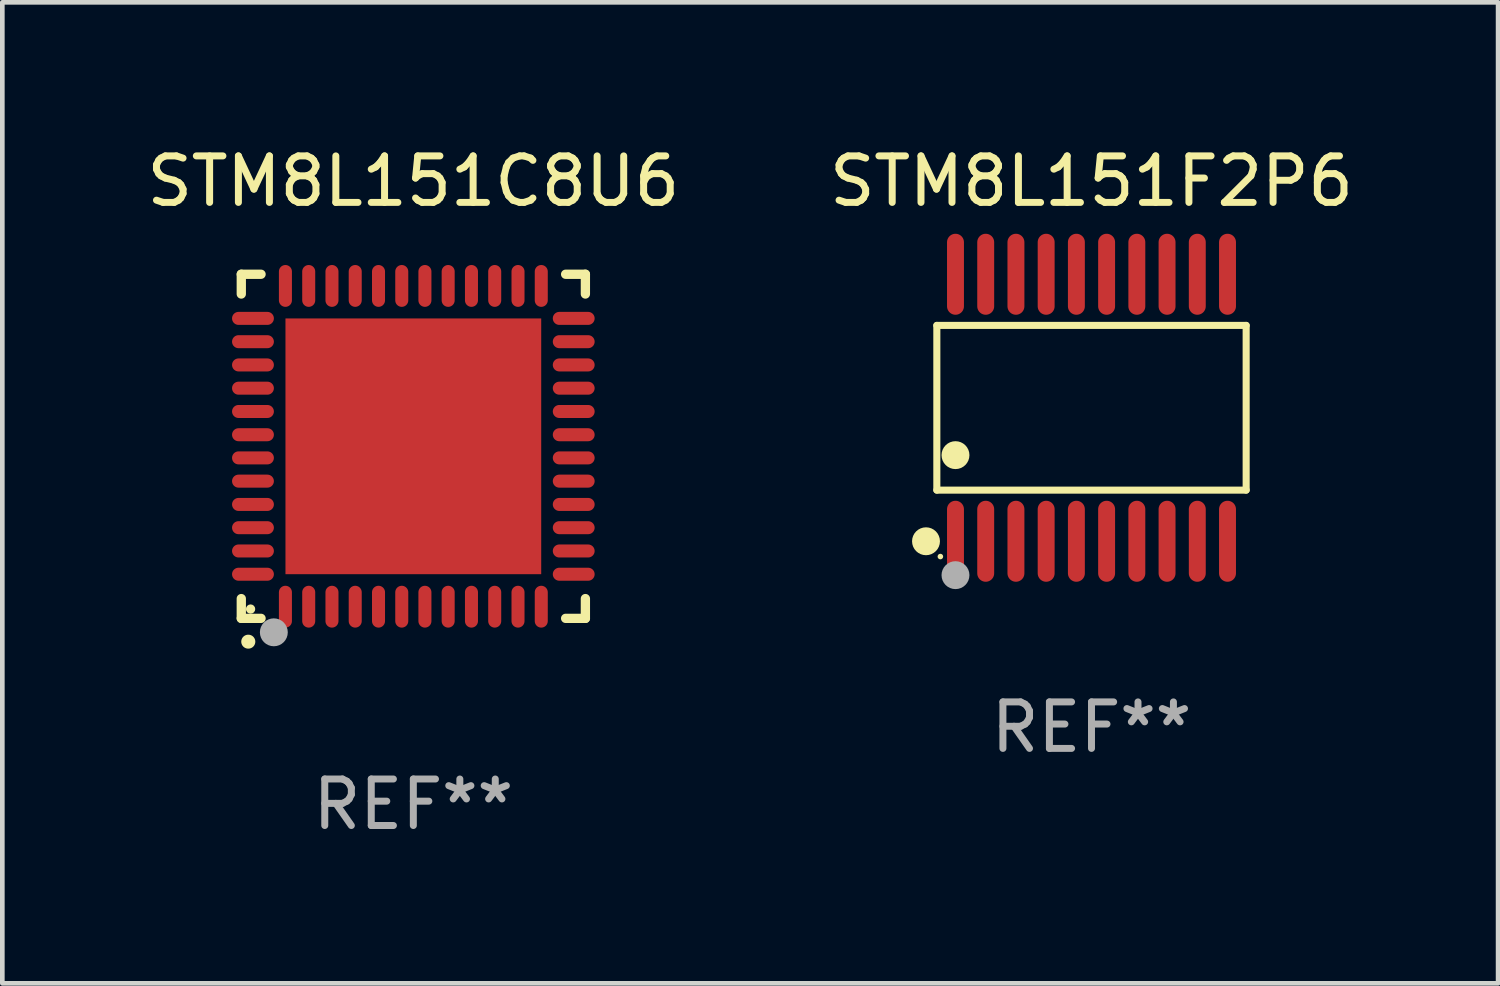
<source format=kicad_pcb>
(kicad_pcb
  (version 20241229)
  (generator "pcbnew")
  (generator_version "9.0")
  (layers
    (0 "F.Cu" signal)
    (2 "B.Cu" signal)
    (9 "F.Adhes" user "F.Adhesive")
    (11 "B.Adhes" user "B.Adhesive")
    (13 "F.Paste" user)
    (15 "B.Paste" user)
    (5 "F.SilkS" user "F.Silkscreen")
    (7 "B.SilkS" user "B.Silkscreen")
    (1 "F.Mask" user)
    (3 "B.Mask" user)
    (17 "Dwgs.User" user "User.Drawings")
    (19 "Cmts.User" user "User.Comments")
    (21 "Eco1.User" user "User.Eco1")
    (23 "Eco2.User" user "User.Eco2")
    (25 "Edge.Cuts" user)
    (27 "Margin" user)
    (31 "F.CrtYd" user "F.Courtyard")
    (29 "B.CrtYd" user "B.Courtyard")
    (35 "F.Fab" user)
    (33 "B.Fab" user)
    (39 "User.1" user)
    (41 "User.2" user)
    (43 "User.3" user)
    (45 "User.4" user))
  (footprint "STM8L151C8U6"
    (layer "F.Cu")
    (at 5.839 6.548)
    (property "Reference" "STM8L151C8U6" (at 0 -5.7 0) (layer "F.SilkS") (effects (font (size 1 1) (thickness 0.15))))
    (attr through_hole)
    (fp_line (start -3.7 -3.7) (end -3.275 -3.7) (stroke (width 0.2) (type solid)) (layer "F.SilkS"))
    (fp_line (start -3.7 -3.275) (end -3.7 -3.7) (stroke (width 0.2) (type solid)) (layer "F.SilkS"))
    (fp_line (start -3.7 3.7) (end -3.7 3.275) (stroke (width 0.2) (type solid)) (layer "F.SilkS"))
    (fp_line (start -3.275 3.7) (end -3.7 3.7) (stroke (width 0.2) (type solid)) (layer "F.SilkS"))
    (fp_line (start 3.7 -3.7) (end 3.275 -3.7) (stroke (width 0.2) (type solid)) (layer "F.SilkS"))
    (fp_line (start 3.7 -3.275) (end 3.7 -3.7) (stroke (width 0.2) (type solid)) (layer "F.SilkS"))
    (fp_line (start 3.7 3.275) (end 3.7 3.7) (stroke (width 0.2) (type solid)) (layer "F.SilkS"))
    (fp_line (start 3.7 3.7) (end 3.275 3.7) (stroke (width 0.2) (type solid)) (layer "F.SilkS"))
    (fp_arc (start -3.550927 4.201168) (mid -3.549657 4.201163) (end -3.548387 4.201168) (stroke (width 0.3) (type solid)) (layer "F.SilkS"))
    (fp_circle (center -3.5 3.5) (end -3.45 3.5) (stroke (width 0.1) (type solid)) (fill no) (layer "F.SilkS"))
    (fp_circle (center -3 4) (end -2.85 4) (stroke (width 0.3) (type solid)) (fill no) (layer "F.Fab"))
    (fp_text user "REF**" (at 0 7.7 0) (layer "F.Fab") (effects (font (size 1 1) (thickness 0.15))))
    (pad "1" smd oval (at -2.751 3.449) (size 0.28 0.9) (layers "F.Cu" "F.Mask" "F.Paste"))
    (pad "2" smd oval (at -2.25 3.449) (size 0.28 0.9) (layers "F.Cu" "F.Mask" "F.Paste"))
    (pad "3" smd oval (at -1.75 3.449) (size 0.28 0.9) (layers "F.Cu" "F.Mask" "F.Paste"))
    (pad "4" smd oval (at -1.25 3.449) (size 0.28 0.9) (layers "F.Cu" "F.Mask" "F.Paste"))
    (pad "5" smd oval (at -0.749 3.449) (size 0.28 0.9) (layers "F.Cu" "F.Mask" "F.Paste"))
    (pad "6" smd oval (at -0.249 3.449) (size 0.28 0.9) (layers "F.Cu" "F.Mask" "F.Paste"))
    (pad "7" smd oval (at 0.249 3.449) (size 0.28 0.9) (layers "F.Cu" "F.Mask" "F.Paste"))
    (pad "8" smd oval (at 0.749 3.449) (size 0.28 0.9) (layers "F.Cu" "F.Mask" "F.Paste"))
    (pad "9" smd oval (at 1.25 3.449) (size 0.28 0.9) (layers "F.Cu" "F.Mask" "F.Paste"))
    (pad "10" smd oval (at 1.75 3.449) (size 0.28 0.9) (layers "F.Cu" "F.Mask" "F.Paste"))
    (pad "11" smd oval (at 2.251 3.449) (size 0.28 0.9) (layers "F.Cu" "F.Mask" "F.Paste"))
    (pad "12" smd oval (at 2.751 3.449) (size 0.28 0.9) (layers "F.Cu" "F.Mask" "F.Paste"))
    (pad "13" smd oval (at 3.449 2.751) (size 0.9 0.28) (layers "F.Cu" "F.Mask" "F.Paste"))
    (pad "14" smd oval (at 3.449 2.251) (size 0.9 0.28) (layers "F.Cu" "F.Mask" "F.Paste"))
    (pad "15" smd oval (at 3.449 1.75) (size 0.9 0.28) (layers "F.Cu" "F.Mask" "F.Paste"))
    (pad "16" smd oval (at 3.449 1.25) (size 0.9 0.28) (layers "F.Cu" "F.Mask" "F.Paste"))
    (pad "17" smd oval (at 3.449 0.749) (size 0.9 0.28) (layers "F.Cu" "F.Mask" "F.Paste"))
    (pad "18" smd oval (at 3.449 0.249) (size 0.9 0.28) (layers "F.Cu" "F.Mask" "F.Paste"))
    (pad "19" smd oval (at 3.449 -0.249) (size 0.9 0.28) (layers "F.Cu" "F.Mask" "F.Paste"))
    (pad "20" smd oval (at 3.449 -0.749) (size 0.9 0.28) (layers "F.Cu" "F.Mask" "F.Paste"))
    (pad "21" smd oval (at 3.449 -1.25) (size 0.9 0.28) (layers "F.Cu" "F.Mask" "F.Paste"))
    (pad "22" smd oval (at 3.449 -1.75) (size 0.9 0.28) (layers "F.Cu" "F.Mask" "F.Paste"))
    (pad "23" smd oval (at 3.449 -2.25) (size 0.9 0.28) (layers "F.Cu" "F.Mask" "F.Paste"))
    (pad "24" smd oval (at 3.449 -2.751) (size 0.9 0.28) (layers "F.Cu" "F.Mask" "F.Paste"))
    (pad "25" smd oval (at 2.751 -3.449) (size 0.28 0.9) (layers "F.Cu" "F.Mask" "F.Paste"))
    (pad "26" smd oval (at 2.251 -3.449) (size 0.28 0.9) (layers "F.Cu" "F.Mask" "F.Paste"))
    (pad "27" smd oval (at 1.75 -3.449) (size 0.28 0.9) (layers "F.Cu" "F.Mask" "F.Paste"))
    (pad "28" smd oval (at 1.25 -3.449) (size 0.28 0.9) (layers "F.Cu" "F.Mask" "F.Paste"))
    (pad "29" smd oval (at 0.749 -3.449) (size 0.28 0.9) (layers "F.Cu" "F.Mask" "F.Paste"))
    (pad "30" smd oval (at 0.249 -3.449) (size 0.28 0.9) (layers "F.Cu" "F.Mask" "F.Paste"))
    (pad "31" smd oval (at -0.249 -3.449) (size 0.28 0.9) (layers "F.Cu" "F.Mask" "F.Paste"))
    (pad "32" smd oval (at -0.749 -3.449) (size 0.28 0.9) (layers "F.Cu" "F.Mask" "F.Paste"))
    (pad "33" smd oval (at -1.25 -3.449) (size 0.28 0.9) (layers "F.Cu" "F.Mask" "F.Paste"))
    (pad "34" smd oval (at -1.75 -3.449) (size 0.28 0.9) (layers "F.Cu" "F.Mask" "F.Paste"))
    (pad "35" smd oval (at -2.25 -3.449) (size 0.28 0.9) (layers "F.Cu" "F.Mask" "F.Paste"))
    (pad "36" smd oval (at -2.751 -3.449) (size 0.28 0.9) (layers "F.Cu" "F.Mask" "F.Paste"))
    (pad "37" smd oval (at -3.449 -2.751) (size 0.9 0.28) (layers "F.Cu" "F.Mask" "F.Paste"))
    (pad "38" smd oval (at -3.449 -2.25) (size 0.9 0.28) (layers "F.Cu" "F.Mask" "F.Paste"))
    (pad "39" smd oval (at -3.449 -1.75) (size 0.9 0.28) (layers "F.Cu" "F.Mask" "F.Paste"))
    (pad "40" smd oval (at -3.449 -1.25) (size 0.9 0.28) (layers "F.Cu" "F.Mask" "F.Paste"))
    (pad "41" smd oval (at -3.449 -0.749) (size 0.9 0.28) (layers "F.Cu" "F.Mask" "F.Paste"))
    (pad "42" smd oval (at -3.449 -0.249) (size 0.9 0.28) (layers "F.Cu" "F.Mask" "F.Paste"))
    (pad "43" smd oval (at -3.449 0.249) (size 0.9 0.28) (layers "F.Cu" "F.Mask" "F.Paste"))
    (pad "44" smd oval (at -3.449 0.749) (size 0.9 0.28) (layers "F.Cu" "F.Mask" "F.Paste"))
    (pad "45" smd oval (at -3.449 1.25) (size 0.9 0.28) (layers "F.Cu" "F.Mask" "F.Paste"))
    (pad "46" smd oval (at -3.449 1.75) (size 0.9 0.28) (layers "F.Cu" "F.Mask" "F.Paste"))
    (pad "47" smd oval (at -3.449 2.251) (size 0.9 0.28) (layers "F.Cu" "F.Mask" "F.Paste"))
    (pad "48" smd oval (at -3.449 2.751) (size 0.9 0.28) (layers "F.Cu" "F.Mask" "F.Paste"))
    (pad "49" smd rect (at 0.000076 0.000076) (size 5.5 5.5) (layers "F.Cu" "F.Mask" "F.Paste")))
  (footprint "STM8L151F2P6"
    (layer "F.Cu")
    (at 20.423 5.719)
    (property "Reference" "STM8L151F2P6" (at 0 -4.871 0) (layer "F.SilkS") (effects (font (size 1 1) (thickness 0.15))))
    (attr through_hole)
    (fp_line (start -3.326 -1.771) (end 3.326 -1.771) (stroke (width 0.152) (type solid)) (layer "F.SilkS"))
    (fp_line (start -3.326 1.771) (end -3.326 -1.771) (stroke (width 0.152) (type solid)) (layer "F.SilkS"))
    (fp_line (start 3.326 -1.771) (end 3.326 1.771) (stroke (width 0.152) (type solid)) (layer "F.SilkS"))
    (fp_line (start 3.326 1.771) (end -3.326 1.771) (stroke (width 0.152) (type solid)) (layer "F.SilkS"))
    (fp_circle (center -3.559 2.871) (end -3.409 2.871) (stroke (width 0.3) (type solid)) (fill no) (layer "F.SilkS"))
    (fp_circle (center -3.25 3.2) (end -3.22 3.2) (stroke (width 0.06) (type solid)) (fill no) (layer "F.SilkS"))
    (fp_circle (center -2.925 1.019) (end -2.775 1.019) (stroke (width 0.3) (type solid)) (fill no) (layer "F.SilkS"))
    (fp_circle (center -2.925 3.6) (end -2.775 3.6) (stroke (width 0.3) (type solid)) (fill no) (layer "F.Fab"))
    (fp_text user "REF**" (at 0 6.871 0) (layer "F.Fab") (effects (font (size 1 1) (thickness 0.15))))
    (pad "1" smd oval (at -2.925 2.871) (size 0.364 1.742) (layers "F.Cu" "F.Mask" "F.Paste"))
    (pad "2" smd oval (at -2.275 2.871) (size 0.364 1.742) (layers "F.Cu" "F.Mask" "F.Paste"))
    (pad "3" smd oval (at -1.625 2.871) (size 0.364 1.742) (layers "F.Cu" "F.Mask" "F.Paste"))
    (pad "4" smd oval (at -0.975 2.871) (size 0.364 1.742) (layers "F.Cu" "F.Mask" "F.Paste"))
    (pad "5" smd oval (at -0.325 2.871) (size 0.364 1.742) (layers "F.Cu" "F.Mask" "F.Paste"))
    (pad "6" smd oval (at 0.325 2.871) (size 0.364 1.742) (layers "F.Cu" "F.Mask" "F.Paste"))
    (pad "7" smd oval (at 0.975 2.871) (size 0.364 1.742) (layers "F.Cu" "F.Mask" "F.Paste"))
    (pad "8" smd oval (at 1.625 2.871) (size 0.364 1.742) (layers "F.Cu" "F.Mask" "F.Paste"))
    (pad "9" smd oval (at 2.275 2.871) (size 0.364 1.742) (layers "F.Cu" "F.Mask" "F.Paste"))
    (pad "10" smd oval (at 2.925 2.871) (size 0.364 1.742) (layers "F.Cu" "F.Mask" "F.Paste"))
    (pad "11" smd oval (at 2.925 -2.871) (size 0.364 1.742) (layers "F.Cu" "F.Mask" "F.Paste"))
    (pad "12" smd oval (at 2.275 -2.871) (size 0.364 1.742) (layers "F.Cu" "F.Mask" "F.Paste"))
    (pad "13" smd oval (at 1.625 -2.871) (size 0.364 1.742) (layers "F.Cu" "F.Mask" "F.Paste"))
    (pad "14" smd oval (at 0.975 -2.871) (size 0.364 1.742) (layers "F.Cu" "F.Mask" "F.Paste"))
    (pad "15" smd oval (at 0.325 -2.871) (size 0.364 1.742) (layers "F.Cu" "F.Mask" "F.Paste"))
    (pad "16" smd oval (at -0.325 -2.871) (size 0.364 1.742) (layers "F.Cu" "F.Mask" "F.Paste"))
    (pad "17" smd oval (at -0.975 -2.871) (size 0.364 1.742) (layers "F.Cu" "F.Mask" "F.Paste"))
    (pad "18" smd oval (at -1.625 -2.871) (size 0.364 1.742) (layers "F.Cu" "F.Mask" "F.Paste"))
    (pad "19" smd oval (at -2.275 -2.871) (size 0.364 1.742) (layers "F.Cu" "F.Mask" "F.Paste"))
    (pad "20" smd oval (at -2.925 -2.871) (size 0.364 1.742) (layers "F.Cu" "F.Mask" "F.Paste")))
  (gr_rect
    (start -3 -3)
    (end 29.167 18.097)
    (stroke (width 0.1) (type default))
    (fill no)
    (layer "Edge.Cuts")))
</source>
